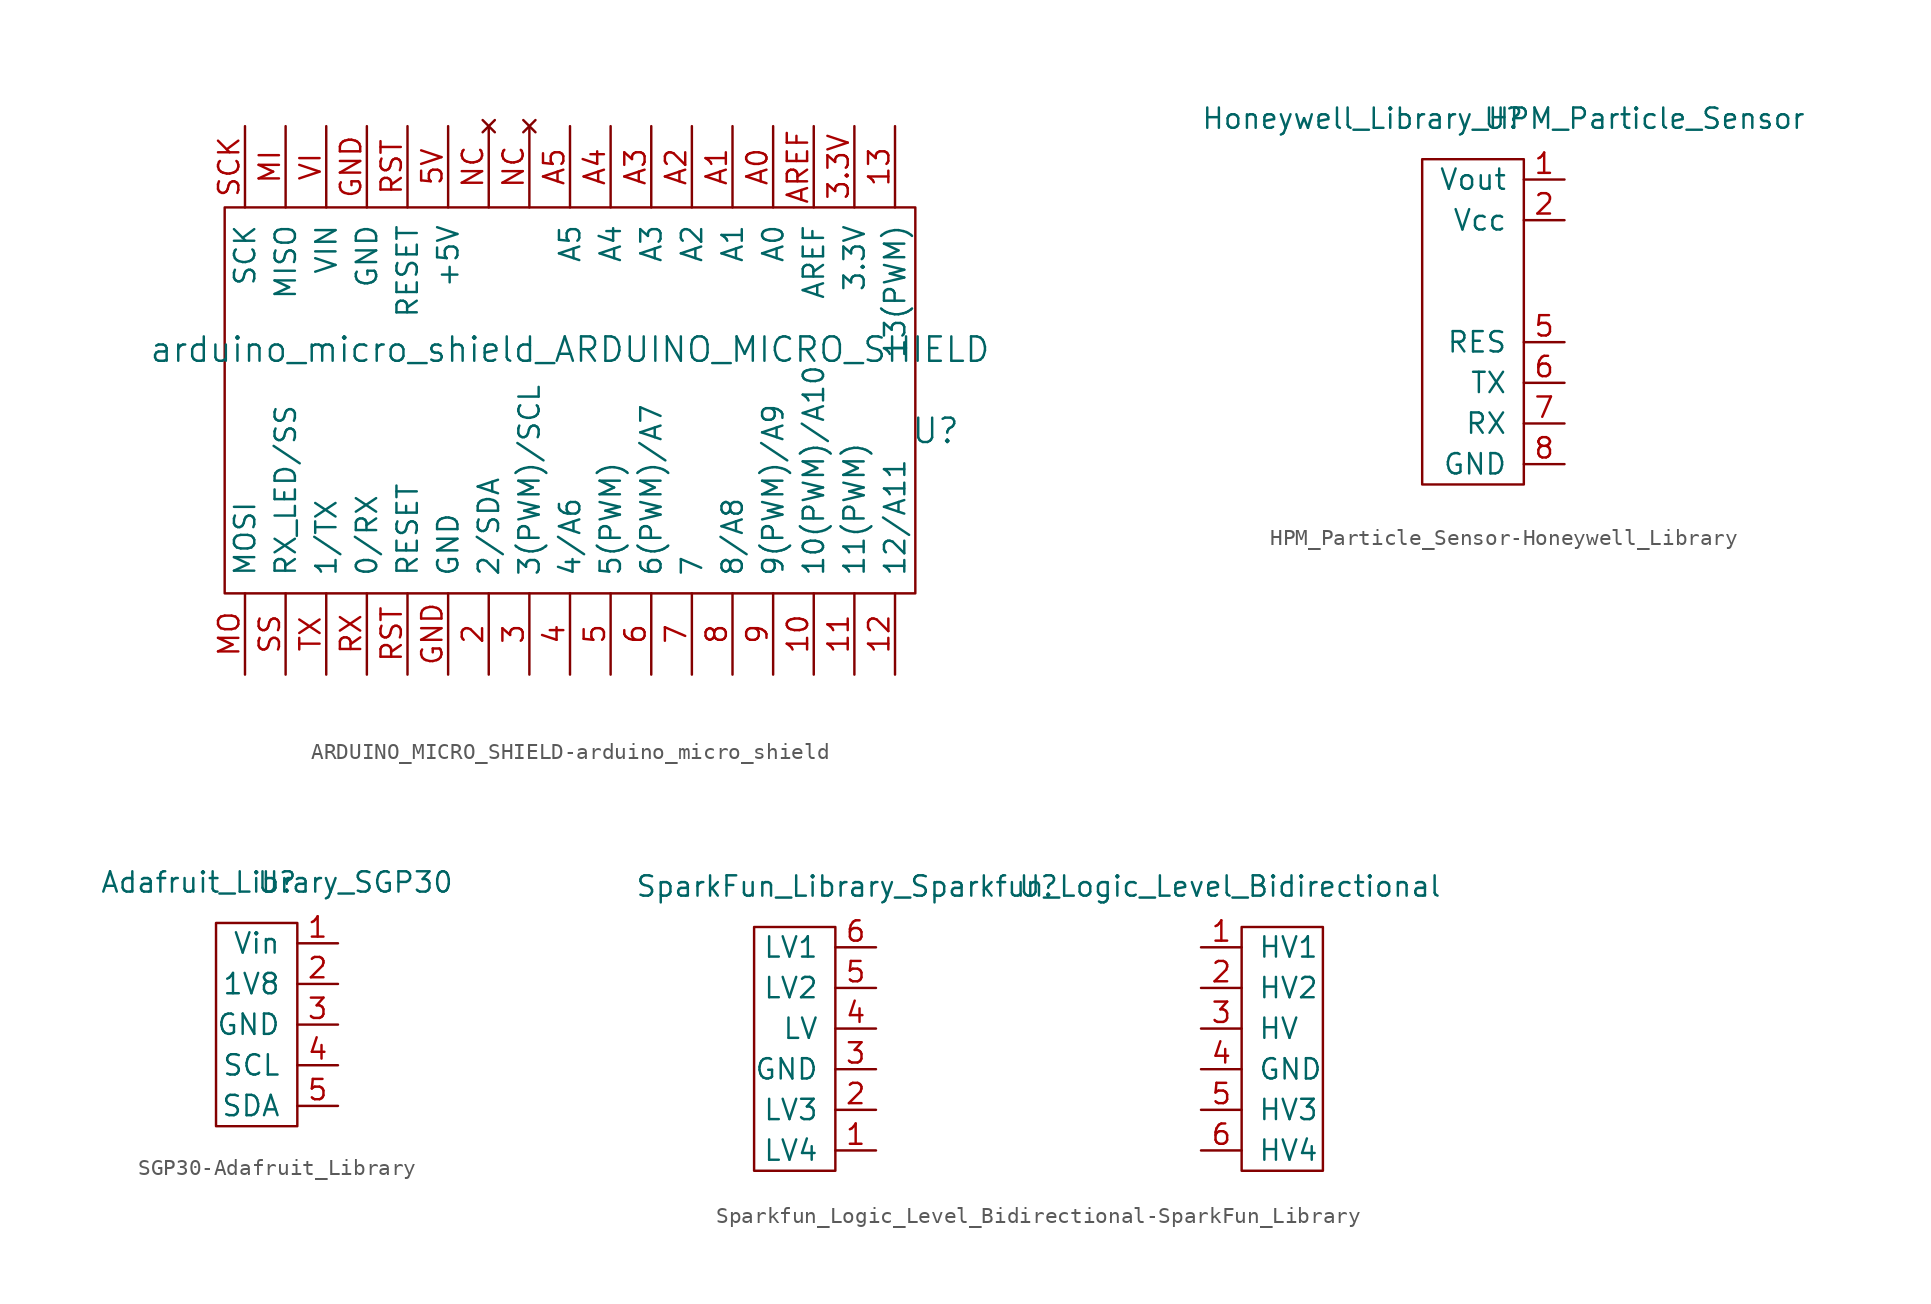
<source format=kicad_sym>
(kicad_symbol_lib
  (version 20220914)
  (generator kicad_symbol_editor)
  (symbol "ARDUINO_MICRO_SHIELD-arduino_micro_shield"
    (pin_names
      (offset 1.016))
    (property "Reference" "U"
      (at 44.45 10.16 0)
      (effects (font (size 1.524 1.524))))
    (property "Value" "arduino_micro_shield_ARDUINO_MICRO_SHIELD"
      (at 21.59 15.24 0)
      (effects (font (size 1.524 1.524))))
    (property "Footprint" ""
      (at 10.16 -1.27 0)
      (effects (font (size 1.524 1.524))))
    (property "Datasheet" ""
      (at 10.16 -1.27 0)
      (effects (font (size 1.524 1.524))))
    (symbol "ARDUINO_MICRO_SHIELD-arduino_micro_shield_0_1"
      (rectangle (start 0 0) (end 43.18 24.13) (stroke (width 0) (type solid)) (fill (type none))))
    (symbol "ARDUINO_MICRO_SHIELD-arduino_micro_shield_1_1"
      (pin bidirectional line (at 36.83 -5.08 90) (length 5.08) (name "10(PWM)/A10" (effects (font (size 1.27 1.27)))) (number "10" (effects (font (size 1.27 1.27)))))
      (pin bidirectional line (at 39.37 -5.08 90) (length 5.08) (name "11(PWM)" (effects (font (size 1.27 1.27)))) (number "11" (effects (font (size 1.27 1.27)))))
      (pin bidirectional line (at 41.91 -5.08 90) (length 5.08) (name "12/A11" (effects (font (size 1.27 1.27)))) (number "12" (effects (font (size 1.27 1.27)))))
      (pin bidirectional line (at 41.91 29.21 270) (length 5.08) (name "13(PWM)" (effects (font (size 1.27 1.27)))) (number "13" (effects (font (size 1.27 1.27)))))
      (pin bidirectional line (at 16.51 -5.08 90) (length 5.08) (name "2/SDA" (effects (font (size 1.27 1.27)))) (number "2" (effects (font (size 1.27 1.27)))))
      (pin bidirectional line (at 19.05 -5.08 90) (length 5.08) (name "3(PWM)/SCL" (effects (font (size 1.27 1.27)))) (number "3" (effects (font (size 1.27 1.27)))))
      (pin power_in line (at 39.37 29.21 270) (length 5.08) (name "3.3V" (effects (font (size 1.27 1.27)))) (number "3.3V" (effects (font (size 1.27 1.27)))))
      (pin bidirectional line (at 21.59 -5.08 90) (length 5.08) (name "4/A6" (effects (font (size 1.27 1.27)))) (number "4" (effects (font (size 1.27 1.27)))))
      (pin bidirectional line (at 24.13 -5.08 90) (length 5.08) (name "5(PWM)" (effects (font (size 1.27 1.27)))) (number "5" (effects (font (size 1.27 1.27)))))
      (pin power_in line (at 13.97 29.21 270) (length 5.08) (name "+5V" (effects (font (size 1.27 1.27)))) (number "5V" (effects (font (size 1.27 1.27)))))
      (pin bidirectional line (at 26.67 -5.08 90) (length 5.08) (name "6(PWM)/A7" (effects (font (size 1.27 1.27)))) (number "6" (effects (font (size 1.27 1.27)))))
      (pin bidirectional line (at 29.21 -5.08 90) (length 5.08) (name "7" (effects (font (size 1.27 1.27)))) (number "7" (effects (font (size 1.27 1.27)))))
      (pin bidirectional line (at 31.75 -5.08 90) (length 5.08) (name "8/A8" (effects (font (size 1.27 1.27)))) (number "8" (effects (font (size 1.27 1.27)))))
      (pin bidirectional line (at 34.29 -5.08 90) (length 5.08) (name "9(PWM)/A9" (effects (font (size 1.27 1.27)))) (number "9" (effects (font (size 1.27 1.27)))))
      (pin bidirectional line (at 34.29 29.21 270) (length 5.08) (name "A0" (effects (font (size 1.27 1.27)))) (number "A0" (effects (font (size 1.27 1.27)))))
      (pin bidirectional line (at 31.75 29.21 270) (length 5.08) (name "A1" (effects (font (size 1.27 1.27)))) (number "A1" (effects (font (size 1.27 1.27)))))
      (pin bidirectional line (at 29.21 29.21 270) (length 5.08) (name "A2" (effects (font (size 1.27 1.27)))) (number "A2" (effects (font (size 1.27 1.27)))))
      (pin bidirectional line (at 26.67 29.21 270) (length 5.08) (name "A3" (effects (font (size 1.27 1.27)))) (number "A3" (effects (font (size 1.27 1.27)))))
      (pin bidirectional line (at 24.13 29.21 270) (length 5.08) (name "A4" (effects (font (size 1.27 1.27)))) (number "A4" (effects (font (size 1.27 1.27)))))
      (pin bidirectional line (at 21.59 29.21 270) (length 5.08) (name "A5" (effects (font (size 1.27 1.27)))) (number "A5" (effects (font (size 1.27 1.27)))))
      (pin power_in line (at 36.83 29.21 270) (length 5.08) (name "AREF" (effects (font (size 1.27 1.27)))) (number "AREF" (effects (font (size 1.27 1.27)))))
      (pin power_in line (at 8.89 29.21 270) (length 5.08) (name "GND" (effects (font (size 1.27 1.27)))) (number "GND" (effects (font (size 1.27 1.27)))))
      (pin power_in line (at 13.97 -5.08 90) (length 5.08) (name "GND" (effects (font (size 1.27 1.27)))) (number "GND" (effects (font (size 1.27 1.27)))))
      (pin bidirectional line (at 3.81 29.21 270) (length 5.08) (name "MISO" (effects (font (size 1.27 1.27)))) (number "MI" (effects (font (size 1.27 1.27)))))
      (pin bidirectional line (at 1.27 -5.08 90) (length 5.08) (name "MOSI" (effects (font (size 1.27 1.27)))) (number "MO" (effects (font (size 1.27 1.27)))))
      (pin no_connect line (at 16.51 29.21 270) (length 5.08) (name "~" (effects (font (size 1.27 1.27)))) (number "NC" (effects (font (size 1.27 1.27)))))
      (pin no_connect line (at 19.05 29.21 270) (length 5.08) (name "~" (effects (font (size 1.27 1.27)))) (number "NC" (effects (font (size 1.27 1.27)))))
      (pin bidirectional line (at 11.43 -5.08 90) (length 5.08) (name "RESET" (effects (font (size 1.27 1.27)))) (number "RST" (effects (font (size 1.27 1.27)))))
      (pin bidirectional line (at 11.43 29.21 270) (length 5.08) (name "RESET" (effects (font (size 1.27 1.27)))) (number "RST" (effects (font (size 1.27 1.27)))))
      (pin bidirectional line (at 8.89 -5.08 90) (length 5.08) (name "0/RX" (effects (font (size 1.27 1.27)))) (number "RX" (effects (font (size 1.27 1.27)))))
      (pin bidirectional line (at 1.27 29.21 270) (length 5.08) (name "SCK" (effects (font (size 1.27 1.27)))) (number "SCK" (effects (font (size 1.27 1.27)))))
      (pin bidirectional line (at 3.81 -5.08 90) (length 5.08) (name "RX_LED/SS" (effects (font (size 1.27 1.27)))) (number "SS" (effects (font (size 1.27 1.27)))))
      (pin bidirectional line (at 6.35 -5.08 90) (length 5.08) (name "1/TX" (effects (font (size 1.27 1.27)))) (number "TX" (effects (font (size 1.27 1.27)))))
      (pin power_in line (at 6.35 29.21 270) (length 5.08) (name "VIN" (effects (font (size 1.27 1.27)))) (number "VI" (effects (font (size 1.27 1.27)))))))
  (symbol "HPM_Particle_Sensor-Honeywell_Library"
    (pin_names
      (offset 1.016))
    (property "Reference" "U"
      (at 0 0 0)
      (effects (font (size 1.27 1.27))))
    (property "Value" "Honeywell_Library_HPM_Particle_Sensor"
      (at 0 0 0)
      (effects (font (size 1.27 1.27))))
    (symbol "HPM_Particle_Sensor-Honeywell_Library_0_1"
      (rectangle (start -5.08 -2.54) (end 1.27 -22.86) (stroke (width 0) (type solid)) (fill (type none))))
    (symbol "HPM_Particle_Sensor-Honeywell_Library_1_1"
      (pin power_out line (at 3.81 -3.81 180) (length 2.54) (name "Vout" (effects (font (size 1.27 1.27)))) (number "1" (effects (font (size 1.27 1.27)))))
      (pin power_in line (at 3.81 -6.35 180) (length 2.54) (name "Vcc" (effects (font (size 1.27 1.27)))) (number "2" (effects (font (size 1.27 1.27)))))
      (pin input line (at 3.81 -13.97 180) (length 2.54) (name "RES" (effects (font (size 1.27 1.27)))) (number "5" (effects (font (size 1.27 1.27)))))
      (pin output line (at 3.81 -16.51 180) (length 2.54) (name "TX" (effects (font (size 1.27 1.27)))) (number "6" (effects (font (size 1.27 1.27)))))
      (pin input line (at 3.81 -19.05 180) (length 2.54) (name "RX" (effects (font (size 1.27 1.27)))) (number "7" (effects (font (size 1.27 1.27)))))
      (pin unspecified line (at 3.81 -21.59 180) (length 2.54) (name "GND" (effects (font (size 1.27 1.27)))) (number "8" (effects (font (size 1.27 1.27)))))))
  (symbol "SGP30-Adafruit_Library"
    (pin_names
      (offset 1.016))
    (property "Reference" "U"
      (at 0 0 0)
      (effects (font (size 1.27 1.27))))
    (property "Value" "Adafruit_Library_SGP30"
      (at 0 0 0)
      (effects (font (size 1.27 1.27))))
    (symbol "SGP30-Adafruit_Library_0_1"
      (rectangle (start 1.27 -15.24) (end -3.81 -2.54) (stroke (width 0) (type solid)) (fill (type none))))
    (symbol "SGP30-Adafruit_Library_1_1"
      (pin power_in line (at 3.81 -3.81 180) (length 2.54) (name "Vin" (effects (font (size 1.27 1.27)))) (number "1" (effects (font (size 1.27 1.27)))))
      (pin power_out line (at 3.81 -6.35 180) (length 2.54) (name "1V8" (effects (font (size 1.27 1.27)))) (number "2" (effects (font (size 1.27 1.27)))))
      (pin unspecified line (at 3.81 -8.89 180) (length 2.54) (name "GND" (effects (font (size 1.27 1.27)))) (number "3" (effects (font (size 1.27 1.27)))))
      (pin input line (at 3.81 -11.43 180) (length 2.54) (name "SCL" (effects (font (size 1.27 1.27)))) (number "4" (effects (font (size 1.27 1.27)))))
      (pin input line (at 3.81 -13.97 180) (length 2.54) (name "SDA" (effects (font (size 1.27 1.27)))) (number "5" (effects (font (size 1.27 1.27)))))))
  (symbol "Sparkfun_Logic_Level_Bidirectional-SparkFun_Library"
    (pin_names
      (offset 1.016))
    (property "Reference" "U"
      (at 0 0 0)
      (effects (font (size 1.27 1.27))))
    (property "Value" "SparkFun_Library_Sparkfun_Logic_Level_Bidirectional"
      (at 0 0 0)
      (effects (font (size 1.27 1.27))))
    (symbol "Sparkfun_Logic_Level_Bidirectional-SparkFun_Library_0_1"
      (rectangle (start -17.78 -2.54) (end -12.7 -17.78) (stroke (width 0) (type solid)) (fill (type none)))
      (rectangle (start 17.78 -2.54) (end 12.7 -17.78) (stroke (width 0) (type solid)) (fill (type none))))
    (symbol "Sparkfun_Logic_Level_Bidirectional-SparkFun_Library_1_1"
      (pin bidirectional line (at 10.16 -3.81 0) (length 2.54) (name "HV1" (effects (font (size 1.27 1.27)))) (number "1" (effects (font (size 1.27 1.27)))))
      (pin bidirectional line (at -10.16 -16.51 180) (length 2.54) (name "LV4" (effects (font (size 1.27 1.27)))) (number "1" (effects (font (size 1.27 1.27)))))
      (pin bidirectional line (at 10.16 -6.35 0) (length 2.54) (name "HV2" (effects (font (size 1.27 1.27)))) (number "2" (effects (font (size 1.27 1.27)))))
      (pin bidirectional line (at -10.16 -13.97 180) (length 2.54) (name "LV3" (effects (font (size 1.27 1.27)))) (number "2" (effects (font (size 1.27 1.27)))))
      (pin unspecified line (at -10.16 -11.43 180) (length 2.54) (name "GND" (effects (font (size 1.27 1.27)))) (number "3" (effects (font (size 1.27 1.27)))))
      (pin power_in line (at 10.16 -8.89 0) (length 2.54) (name "HV" (effects (font (size 1.27 1.27)))) (number "3" (effects (font (size 1.27 1.27)))))
      (pin unspecified line (at 10.16 -11.43 0) (length 2.54) (name "GND" (effects (font (size 1.27 1.27)))) (number "4" (effects (font (size 1.27 1.27)))))
      (pin power_in line (at -10.16 -8.89 180) (length 2.54) (name "LV" (effects (font (size 1.27 1.27)))) (number "4" (effects (font (size 1.27 1.27)))))
      (pin bidirectional line (at 10.16 -13.97 0) (length 2.54) (name "HV3" (effects (font (size 1.27 1.27)))) (number "5" (effects (font (size 1.27 1.27)))))
      (pin bidirectional line (at -10.16 -6.35 180) (length 2.54) (name "LV2" (effects (font (size 1.27 1.27)))) (number "5" (effects (font (size 1.27 1.27)))))
      (pin bidirectional line (at 10.16 -16.51 0) (length 2.54) (name "HV4" (effects (font (size 1.27 1.27)))) (number "6" (effects (font (size 1.27 1.27)))))
      (pin bidirectional line (at -10.16 -3.81 180) (length 2.54) (name "LV1" (effects (font (size 1.27 1.27)))) (number "6" (effects (font (size 1.27 1.27))))))))
</source>
